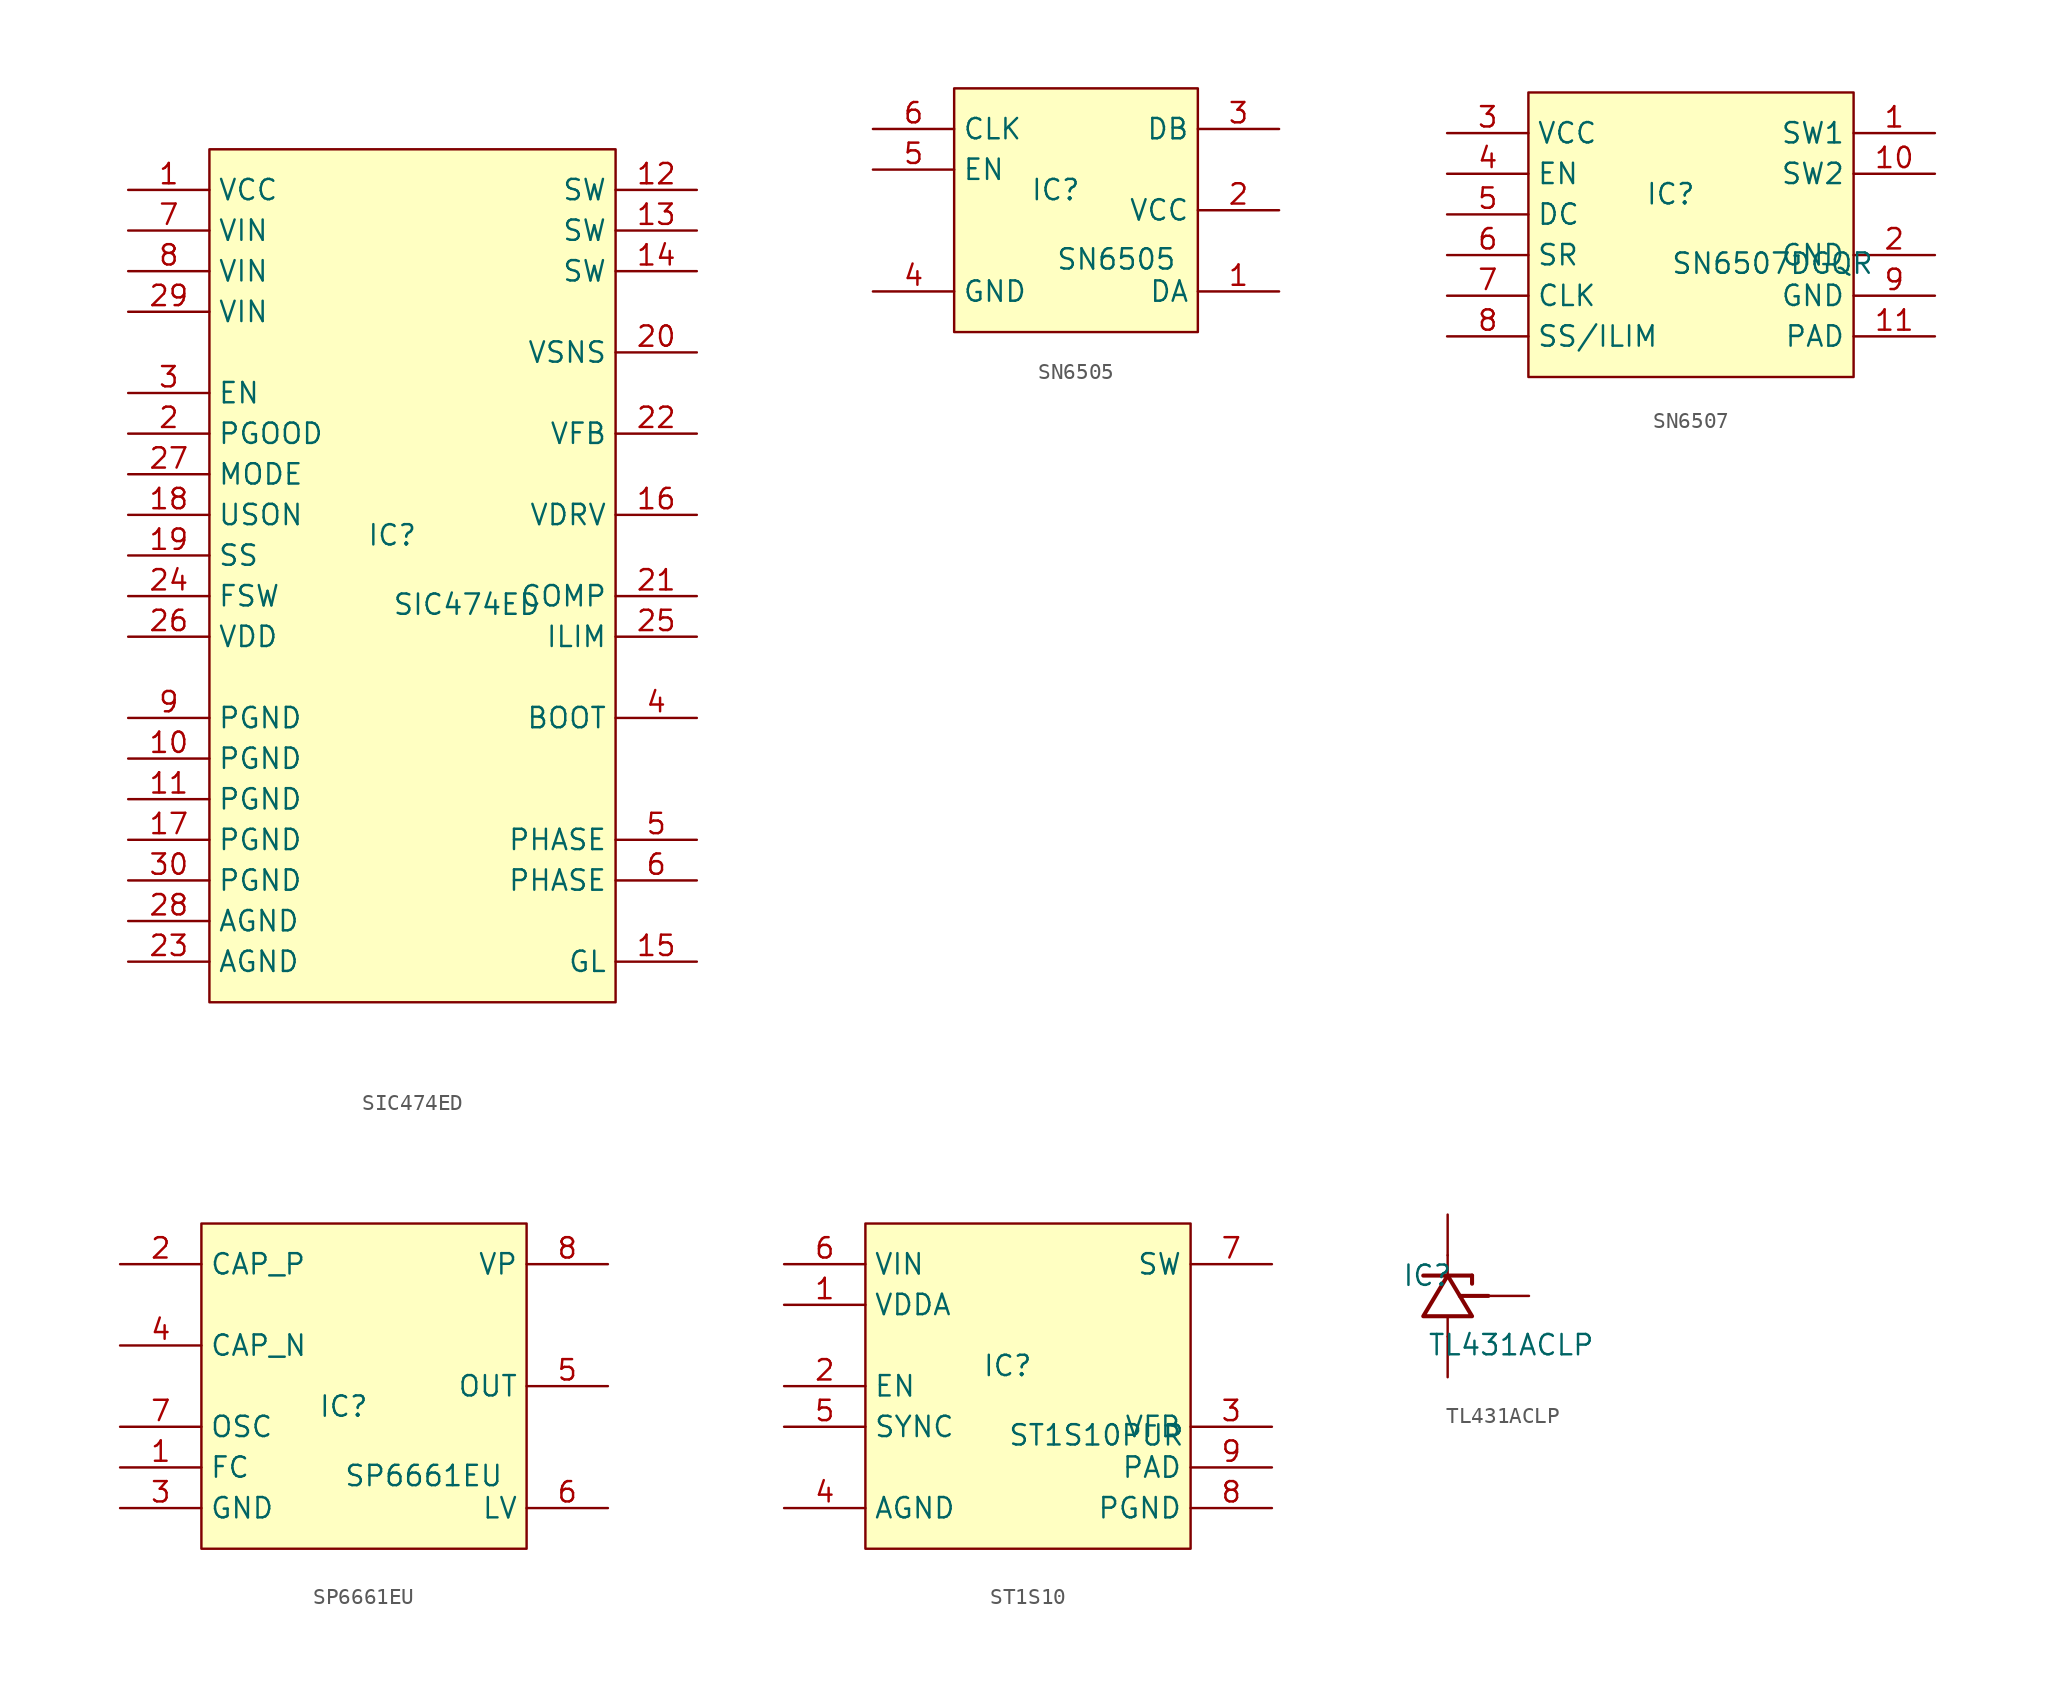
<source format=kicad_sym>
(kicad_symbol_lib
  (version 20231120)
  (generator "kicad_symbol_editor")
  (generator_version "8.0")
  (symbol "SIC474ED"
    (property "Reference" "IC"
      (at -1.27 1.27 0)
      (effects (font (size 1.27 1.27))))
    (property "Value" "SIC474ED"
      (at -1.27 -3.81 0)
      (effects (font (size 1.27 1.27)) (justify left bottom)))
    (symbol "SIC474ED_1_0"
      (rectangle (start -12.7 25.4) (end 12.7 -27.94) (stroke (width 0) (type solid) (color 128 0 0 1)) (fill (type background)))
      (pin passive line (at -17.78 22.86 0) (length 5.08) (name "VCC" (effects (font (size 1.27 1.27)))) (number "1" (effects (font (size 1.27 1.27)))))
      (pin passive line (at -17.78 -12.7 0) (length 5.08) (name "PGND" (effects (font (size 1.27 1.27)))) (number "10" (effects (font (size 1.27 1.27)))))
      (pin passive line (at -17.78 -15.24 0) (length 5.08) (name "PGND" (effects (font (size 1.27 1.27)))) (number "11" (effects (font (size 1.27 1.27)))))
      (pin passive line (at 17.78 22.86 180) (length 5.08) (name "SW" (effects (font (size 1.27 1.27)))) (number "12" (effects (font (size 1.27 1.27)))))
      (pin passive line (at 17.78 20.32 180) (length 5.08) (name "SW" (effects (font (size 1.27 1.27)))) (number "13" (effects (font (size 1.27 1.27)))))
      (pin passive line (at 17.78 17.78 180) (length 5.08) (name "SW" (effects (font (size 1.27 1.27)))) (number "14" (effects (font (size 1.27 1.27)))))
      (pin passive line (at 17.78 -25.4 180) (length 5.08) (name "GL" (effects (font (size 1.27 1.27)))) (number "15" (effects (font (size 1.27 1.27)))))
      (pin passive line (at 17.78 2.54 180) (length 5.08) (name "VDRV" (effects (font (size 1.27 1.27)))) (number "16" (effects (font (size 1.27 1.27)))))
      (pin passive line (at -17.78 -17.78 0) (length 5.08) (name "PGND" (effects (font (size 1.27 1.27)))) (number "17" (effects (font (size 1.27 1.27)))))
      (pin input line (at -17.78 2.54 0) (length 5.08) (name "USON" (effects (font (size 1.27 1.27)))) (number "18" (effects (font (size 1.27 1.27)))))
      (pin passive line (at -17.78 0 0) (length 5.08) (name "SS" (effects (font (size 1.27 1.27)))) (number "19" (effects (font (size 1.27 1.27)))))
      (pin output line (at -17.78 7.62 0) (length 5.08) (name "PGOOD" (effects (font (size 1.27 1.27)))) (number "2" (effects (font (size 1.27 1.27)))))
      (pin input line (at 17.78 12.7 180) (length 5.08) (name "VSNS" (effects (font (size 1.27 1.27)))) (number "20" (effects (font (size 1.27 1.27)))))
      (pin passive line (at 17.78 -2.54 180) (length 5.08) (name "COMP" (effects (font (size 1.27 1.27)))) (number "21" (effects (font (size 1.27 1.27)))))
      (pin input line (at 17.78 7.62 180) (length 5.08) (name "VFB" (effects (font (size 1.27 1.27)))) (number "22" (effects (font (size 1.27 1.27)))))
      (pin passive line (at -17.78 -25.4 0) (length 5.08) (name "AGND" (effects (font (size 1.27 1.27)))) (number "23" (effects (font (size 1.27 1.27)))))
      (pin passive line (at -17.78 -2.54 0) (length 5.08) (name "FSW" (effects (font (size 1.27 1.27)))) (number "24" (effects (font (size 1.27 1.27)))))
      (pin passive line (at 17.78 -5.08 180) (length 5.08) (name "ILIM" (effects (font (size 1.27 1.27)))) (number "25" (effects (font (size 1.27 1.27)))))
      (pin passive line (at -17.78 -5.08 0) (length 5.08) (name "VDD" (effects (font (size 1.27 1.27)))) (number "26" (effects (font (size 1.27 1.27)))))
      (pin input line (at -17.78 5.08 0) (length 5.08) (name "MODE" (effects (font (size 1.27 1.27)))) (number "27" (effects (font (size 1.27 1.27)))))
      (pin passive line (at -17.78 -22.86 0) (length 5.08) (name "AGND" (effects (font (size 1.27 1.27)))) (number "28" (effects (font (size 1.27 1.27)))))
      (pin passive line (at -17.78 15.24 0) (length 5.08) (name "VIN" (effects (font (size 1.27 1.27)))) (number "29" (effects (font (size 1.27 1.27)))))
      (pin input line (at -17.78 10.16 0) (length 5.08) (name "EN" (effects (font (size 1.27 1.27)))) (number "3" (effects (font (size 1.27 1.27)))))
      (pin passive line (at -17.78 -20.32 0) (length 5.08) (name "PGND" (effects (font (size 1.27 1.27)))) (number "30" (effects (font (size 1.27 1.27)))))
      (pin passive line (at 17.78 -10.16 180) (length 5.08) (name "BOOT" (effects (font (size 1.27 1.27)))) (number "4" (effects (font (size 1.27 1.27)))))
      (pin passive line (at 17.78 -17.78 180) (length 5.08) (name "PHASE" (effects (font (size 1.27 1.27)))) (number "5" (effects (font (size 1.27 1.27)))))
      (pin passive line (at 17.78 -20.32 180) (length 5.08) (name "PHASE" (effects (font (size 1.27 1.27)))) (number "6" (effects (font (size 1.27 1.27)))))
      (pin passive line (at -17.78 20.32 0) (length 5.08) (name "VIN" (effects (font (size 1.27 1.27)))) (number "7" (effects (font (size 1.27 1.27)))))
      (pin passive line (at -17.78 17.78 0) (length 5.08) (name "VIN" (effects (font (size 1.27 1.27)))) (number "8" (effects (font (size 1.27 1.27)))))
      (pin passive line (at -17.78 -10.16 0) (length 5.08) (name "PGND" (effects (font (size 1.27 1.27)))) (number "9" (effects (font (size 1.27 1.27)))))))
  (symbol "SN6505"
    (property "Reference" "IC"
      (at -1.27 1.27 0)
      (effects (font (size 1.27 1.27))))
    (property "Value" "SN6505"
      (at -1.27 -3.81 0)
      (effects (font (size 1.27 1.27)) (justify left bottom)))
    (symbol "SN6505_1_0"
      (rectangle (start -7.62 7.62) (end 7.62 -7.62) (stroke (width 0) (type solid) (color 128 0 0 1)) (fill (type background)))
      (pin passive line (at 12.7 -5.08 180) (length 5.08) (name "DA" (effects (font (size 1.27 1.27)))) (number "1" (effects (font (size 1.27 1.27)))))
      (pin passive line (at 12.7 0 180) (length 5.08) (name "VCC" (effects (font (size 1.27 1.27)))) (number "2" (effects (font (size 1.27 1.27)))))
      (pin passive line (at 12.7 5.08 180) (length 5.08) (name "DB" (effects (font (size 1.27 1.27)))) (number "3" (effects (font (size 1.27 1.27)))))
      (pin passive line (at -12.7 -5.08 0) (length 5.08) (name "GND" (effects (font (size 1.27 1.27)))) (number "4" (effects (font (size 1.27 1.27)))))
      (pin input line (at -12.7 2.54 0) (length 5.08) (name "EN" (effects (font (size 1.27 1.27)))) (number "5" (effects (font (size 1.27 1.27)))))
      (pin input line (at -12.7 5.08 0) (length 5.08) (name "CLK" (effects (font (size 1.27 1.27)))) (number "6" (effects (font (size 1.27 1.27)))))))
  (symbol "SN6507"
    (property "Reference" "IC"
      (at -1.27 1.27 0)
      (effects (font (size 1.27 1.27))))
    (property "Value" "SN6507DGQR"
      (at -1.27 -3.81 0)
      (effects (font (size 1.27 1.27)) (justify left bottom)))
    (symbol "SN6507_1_0"
      (rectangle (start -10.16 7.62) (end 10.16 -10.16) (stroke (width 0) (type solid) (color 128 0 0 1)) (fill (type background)))
      (pin passive line (at 15.24 5.08 180) (length 5.08) (name "SW1" (effects (font (size 1.27 1.27)))) (number "1" (effects (font (size 1.27 1.27)))))
      (pin passive line (at 15.24 2.54 180) (length 5.08) (name "SW2" (effects (font (size 1.27 1.27)))) (number "10" (effects (font (size 1.27 1.27)))))
      (pin passive line (at 15.24 -7.62 180) (length 5.08) (name "PAD" (effects (font (size 1.27 1.27)))) (number "11" (effects (font (size 1.27 1.27)))))
      (pin passive line (at 15.24 -2.54 180) (length 5.08) (name "GND" (effects (font (size 1.27 1.27)))) (number "2" (effects (font (size 1.27 1.27)))))
      (pin passive line (at -15.24 5.08 0) (length 5.08) (name "VCC" (effects (font (size 1.27 1.27)))) (number "3" (effects (font (size 1.27 1.27)))))
      (pin input line (at -15.24 2.54 0) (length 5.08) (name "EN" (effects (font (size 1.27 1.27)))) (number "4" (effects (font (size 1.27 1.27)))))
      (pin passive line (at -15.24 0 0) (length 5.08) (name "DC" (effects (font (size 1.27 1.27)))) (number "5" (effects (font (size 1.27 1.27)))))
      (pin passive line (at -15.24 -2.54 0) (length 5.08) (name "SR" (effects (font (size 1.27 1.27)))) (number "6" (effects (font (size 1.27 1.27)))))
      (pin passive line (at -15.24 -5.08 0) (length 5.08) (name "CLK" (effects (font (size 1.27 1.27)))) (number "7" (effects (font (size 1.27 1.27)))))
      (pin passive line (at -15.24 -7.62 0) (length 5.08) (name "SS/ILIM" (effects (font (size 1.27 1.27)))) (number "8" (effects (font (size 1.27 1.27)))))
      (pin passive line (at 15.24 -5.08 180) (length 5.08) (name "GND" (effects (font (size 1.27 1.27)))) (number "9" (effects (font (size 1.27 1.27)))))))
  (symbol "SP6661EU"
    (property "Reference" "IC"
      (at -1.27 1.27 0)
      (effects (font (size 1.27 1.27))))
    (property "Value" "SP6661EU"
      (at -1.27 -3.81 0)
      (effects (font (size 1.27 1.27)) (justify left bottom)))
    (symbol "SP6661EU_1_0"
      (rectangle (start -10.16 12.7) (end 10.16 -7.62) (stroke (width 0) (type solid) (color 128 0 0 1)) (fill (type background)))
      (pin passive line (at -15.24 -2.54 0) (length 5.08) (name "FC" (effects (font (size 1.27 1.27)))) (number "1" (effects (font (size 1.27 1.27)))))
      (pin passive line (at -15.24 10.16 0) (length 5.08) (name "CAP_P" (effects (font (size 1.27 1.27)))) (number "2" (effects (font (size 1.27 1.27)))))
      (pin passive line (at -15.24 -5.08 0) (length 5.08) (name "GND" (effects (font (size 1.27 1.27)))) (number "3" (effects (font (size 1.27 1.27)))))
      (pin passive line (at -15.24 5.08 0) (length 5.08) (name "CAP_N" (effects (font (size 1.27 1.27)))) (number "4" (effects (font (size 1.27 1.27)))))
      (pin passive line (at 15.24 2.54 180) (length 5.08) (name "OUT" (effects (font (size 1.27 1.27)))) (number "5" (effects (font (size 1.27 1.27)))))
      (pin passive line (at 15.24 -5.08 180) (length 5.08) (name "LV" (effects (font (size 1.27 1.27)))) (number "6" (effects (font (size 1.27 1.27)))))
      (pin input line (at -15.24 0 0) (length 5.08) (name "OSC" (effects (font (size 1.27 1.27)))) (number "7" (effects (font (size 1.27 1.27)))))
      (pin passive line (at 15.24 10.16 180) (length 5.08) (name "VP" (effects (font (size 1.27 1.27)))) (number "8" (effects (font (size 1.27 1.27)))))))
  (symbol "ST1S10"
    (property "Reference" "IC"
      (at -1.27 1.27 0)
      (effects (font (size 1.27 1.27))))
    (property "Value" "ST1S10PUR"
      (at -1.27 -3.81 0)
      (effects (font (size 1.27 1.27)) (justify left bottom)))
    (symbol "ST1S10_1_0"
      (rectangle (start -10.16 10.16) (end 10.16 -10.16) (stroke (width 0) (type solid) (color 128 0 0 1)) (fill (type background)))
      (pin passive line (at -15.24 5.08 0) (length 5.08) (name "VDDA" (effects (font (size 1.27 1.27)))) (number "1" (effects (font (size 1.27 1.27)))))
      (pin input line (at -15.24 0 0) (length 5.08) (name "EN" (effects (font (size 1.27 1.27)))) (number "2" (effects (font (size 1.27 1.27)))))
      (pin passive line (at 15.24 -2.54 180) (length 5.08) (name "VFB" (effects (font (size 1.27 1.27)))) (number "3" (effects (font (size 1.27 1.27)))))
      (pin passive line (at -15.24 -7.62 0) (length 5.08) (name "AGND" (effects (font (size 1.27 1.27)))) (number "4" (effects (font (size 1.27 1.27)))))
      (pin input line (at -15.24 -2.54 0) (length 5.08) (name "SYNC" (effects (font (size 1.27 1.27)))) (number "5" (effects (font (size 1.27 1.27)))))
      (pin passive line (at -15.24 7.62 0) (length 5.08) (name "VIN" (effects (font (size 1.27 1.27)))) (number "6" (effects (font (size 1.27 1.27)))))
      (pin passive line (at 15.24 7.62 180) (length 5.08) (name "SW" (effects (font (size 1.27 1.27)))) (number "7" (effects (font (size 1.27 1.27)))))
      (pin passive line (at 15.24 -7.62 180) (length 5.08) (name "PGND" (effects (font (size 1.27 1.27)))) (number "8" (effects (font (size 1.27 1.27)))))
      (pin passive line (at 15.24 -5.08 180) (length 5.08) (name "PAD" (effects (font (size 1.27 1.27)))) (number "9" (effects (font (size 1.27 1.27)))))))
  (symbol "TL431ACLP"
    (property "Reference" "IC"
      (at -1.27 1.27 0)
      (effects (font (size 1.27 1.27))))
    (property "Value" "TL431ACLP"
      (at -1.27 -3.81 0)
      (effects (font (size 1.27 1.27)) (justify left bottom)))
    (symbol "TL431ACLP_1_0"
      (polyline (pts (xy -1.524 1.27) (xy 1.524 1.27)) (stroke (width 0.254) (type solid)) (fill (type none)))
      (polyline (pts (xy 0 -2.54) (xy 0 -1.27)) (stroke (width 0) (type solid)) (fill (type none)))
      (polyline (pts (xy 0 2.54) (xy 0 1.27)) (stroke (width 0) (type solid)) (fill (type none)))
      (polyline (pts (xy 1.524 1.27) (xy 1.524 0.762)) (stroke (width 0.254) (type solid)) (fill (type none)))
      (polyline (pts (xy 2.54 0) (xy 0.762 0)) (stroke (width 0.254) (type solid)) (fill (type none)))
      (polyline (pts (xy 1.524 -1.27) (xy -1.524 -1.27) (xy 0 1.27) (xy 1.524 -1.27)) (stroke (width 0.254) (type solid)) (fill (type none)))
      (pin passive line (at 5.08 0 180) (length 2.54) (name "R" (effects (font (size 0 0)))) (number "1" (effects (font (size 0 0)))))
      (pin passive line (at 0 -5.08 90) (length 2.54) (name "A" (effects (font (size 0 0)))) (number "2" (effects (font (size 0 0)))))
      (pin passive line (at 0 5.08 270) (length 2.54) (name "K" (effects (font (size 0 0)))) (number "3" (effects (font (size 0 0))))))))
</source>
